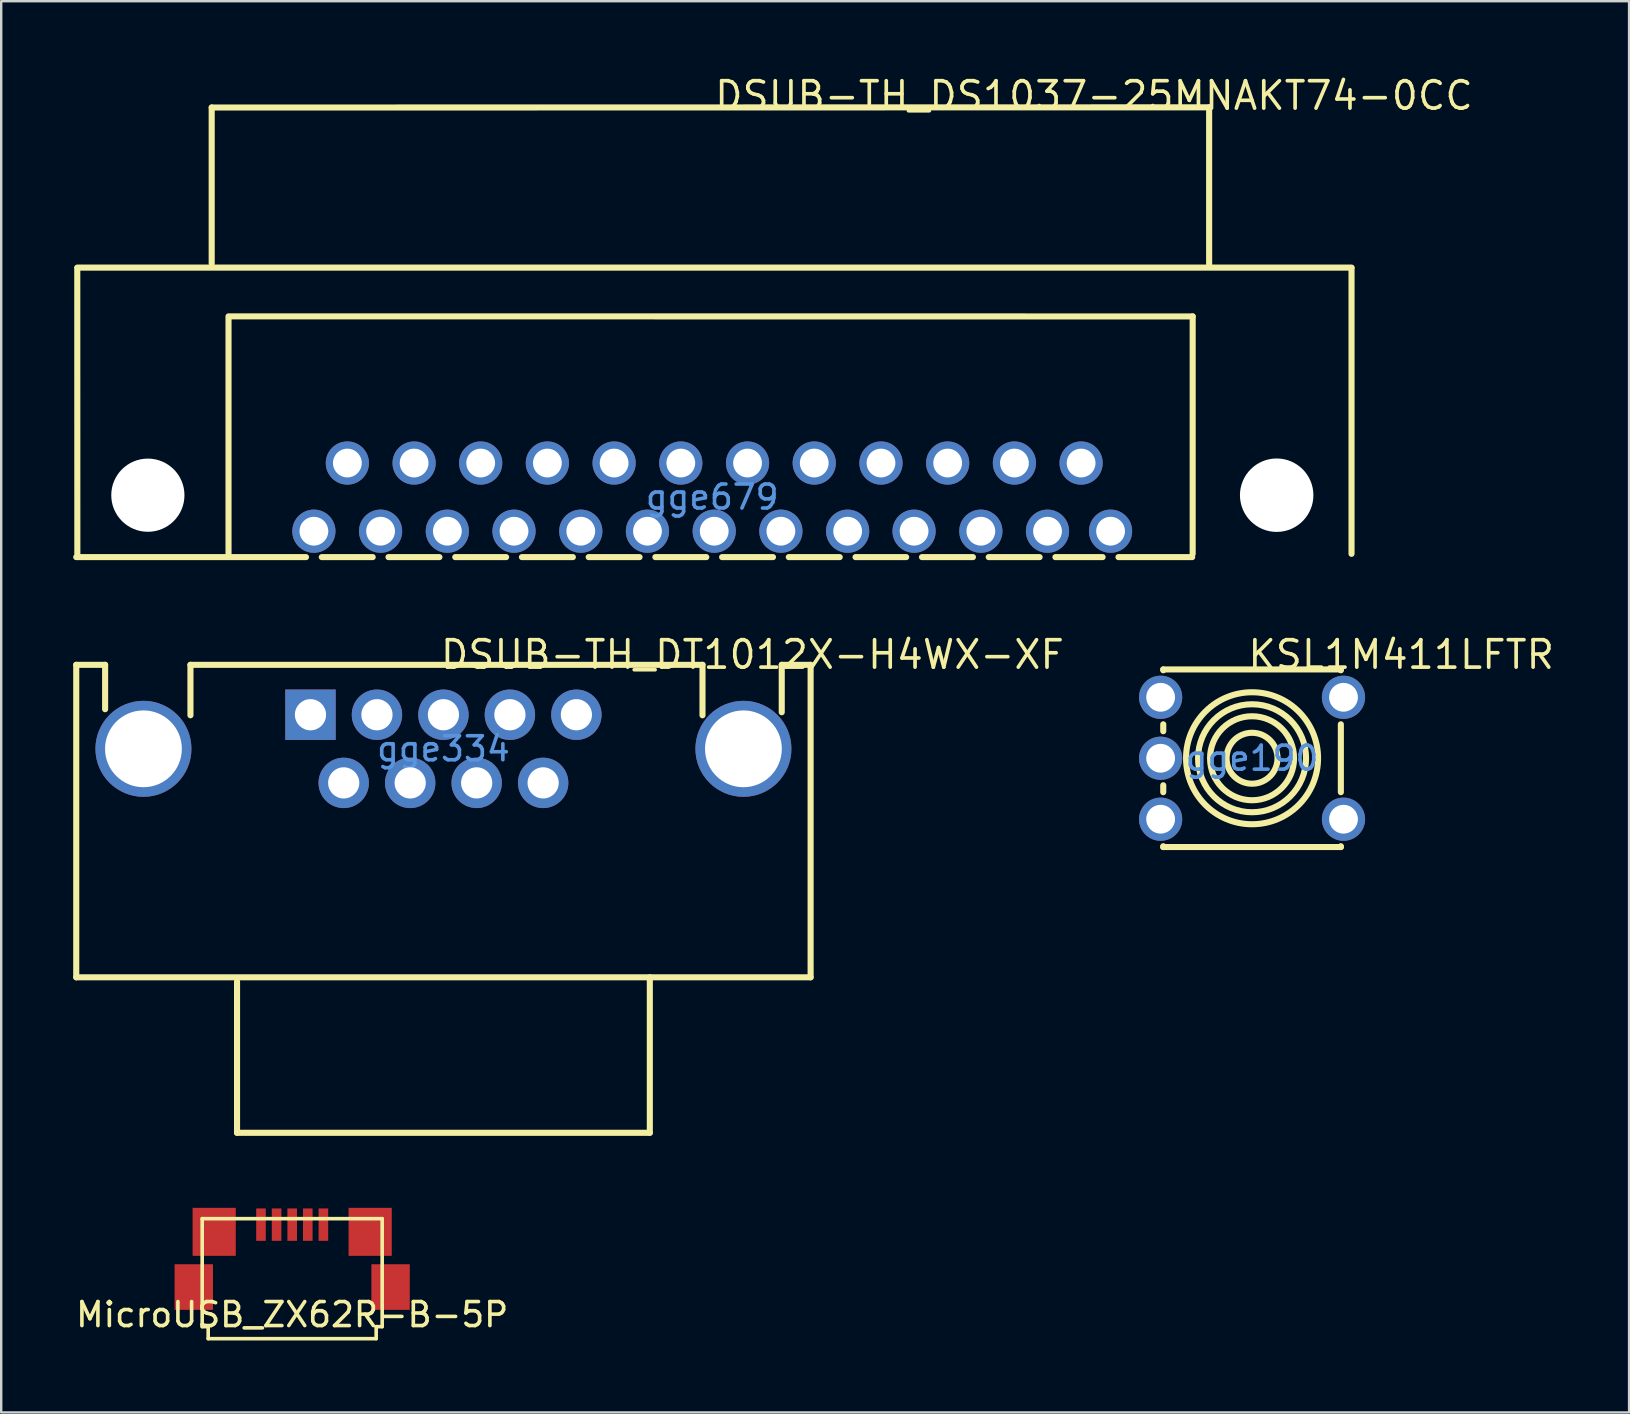
<source format=kicad_pcb>
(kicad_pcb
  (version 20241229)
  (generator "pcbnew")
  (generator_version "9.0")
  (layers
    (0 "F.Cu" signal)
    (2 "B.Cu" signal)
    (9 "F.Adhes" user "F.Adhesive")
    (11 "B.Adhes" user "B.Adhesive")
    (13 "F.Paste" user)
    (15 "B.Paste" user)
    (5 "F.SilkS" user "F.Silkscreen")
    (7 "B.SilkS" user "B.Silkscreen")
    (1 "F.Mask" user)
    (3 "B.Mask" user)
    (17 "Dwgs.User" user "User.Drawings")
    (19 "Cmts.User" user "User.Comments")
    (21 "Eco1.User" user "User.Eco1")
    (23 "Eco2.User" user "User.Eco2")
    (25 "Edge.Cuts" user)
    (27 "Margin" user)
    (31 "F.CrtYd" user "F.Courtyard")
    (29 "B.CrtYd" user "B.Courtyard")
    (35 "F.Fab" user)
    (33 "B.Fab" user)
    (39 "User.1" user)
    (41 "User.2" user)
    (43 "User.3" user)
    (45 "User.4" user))
  (footprint "DSUB-TH_DT1012X-H4WX-XF"
    (layer "F.Cu")
    (at 15.427 28.152)
    (property "Reference" "DSUB-TH_DT1012X-H4WX-XF" (at -0.206 -3.925 0) (layer "F.SilkS") (effects (font (size 1.143 1.143) (thickness 0.152)) (justify left)))
    (attr through_hole)
    (fp_line (start -15.3 -3.5) (end -14.097 -3.5) (stroke (width 0.254) (type solid)) (layer "F.SilkS"))
    (fp_line (start -15.3 9.52) (end -15.3 -3.5) (stroke (width 0.254) (type solid)) (layer "F.SilkS"))
    (fp_line (start -14.097 -3.5) (end -14.097 -1.651) (stroke (width 0.254) (type solid)) (layer "F.SilkS"))
    (fp_line (start -10.541 -3.5) (end 10.795 -3.5) (stroke (width 0.254) (type solid)) (layer "F.SilkS"))
    (fp_line (start -10.541 -1.397) (end -10.541 -3.5) (stroke (width 0.254) (type solid)) (layer "F.SilkS"))
    (fp_line (start -8.6 16) (end -8.6 9.695) (stroke (width 0.254) (type solid)) (layer "F.SilkS"))
    (fp_line (start 8.6 16) (end -8.6 16) (stroke (width 0.254) (type solid)) (layer "F.SilkS"))
    (fp_line (start 8.6 16) (end 8.6 9.52) (stroke (width 0.254) (type solid)) (layer "F.SilkS"))
    (fp_line (start 10.795 -3.5) (end 10.795 -1.397) (stroke (width 0.254) (type solid)) (layer "F.SilkS"))
    (fp_line (start 14.097 -3.5) (end 14.097 -1.524) (stroke (width 0.254) (type solid)) (layer "F.SilkS"))
    (fp_line (start 15.3 -3.5) (end 14.097 -3.5) (stroke (width 0.254) (type solid)) (layer "F.SilkS"))
    (fp_line (start 15.3 9.52) (end -15.3 9.52) (stroke (width 0.254) (type solid)) (layer "F.SilkS"))
    (fp_line (start 15.3 9.52) (end 15.3 -3.5) (stroke (width 0.254) (type solid)) (layer "F.SilkS"))
    (fp_text user "gge334" (at 0 0 0) (layer "Cmts.User") (effects (font (size 1 1) (thickness 0.15))))
    (pad "1" thru_hole rect (at -5.54 -1.42 180) (size 2.1 2.1) (drill 1.3) (layers "*.Cu" "*.Paste" "*.Mask"))
    (pad "2" thru_hole circle (at -2.77 -1.42 180) (size 2.1 2.1) (drill 1.3) (layers "*.Cu" "*.Paste" "*.Mask"))
    (pad "3" thru_hole circle (at 0 -1.42 180) (size 2.1 2.1) (drill 1.3) (layers "*.Cu" "*.Paste" "*.Mask"))
    (pad "4" thru_hole circle (at 2.77 -1.42 180) (size 2.1 2.1) (drill 1.3) (layers "*.Cu" "*.Paste" "*.Mask"))
    (pad "5" thru_hole circle (at 5.54 -1.42 180) (size 2.1 2.1) (drill 1.3) (layers "*.Cu" "*.Paste" "*.Mask"))
    (pad "6" thru_hole circle (at -4.155 1.42 180) (size 2.1 2.1) (drill 1.3) (layers "*.Cu" "*.Paste" "*.Mask"))
    (pad "7" thru_hole circle (at -1.385 1.42 180) (size 2.1 2.1) (drill 1.3) (layers "*.Cu" "*.Paste" "*.Mask"))
    (pad "8" thru_hole circle (at 1.385 1.42 180) (size 2.1 2.1) (drill 1.3) (layers "*.Cu" "*.Paste" "*.Mask"))
    (pad "9" thru_hole circle (at 4.155 1.42 180) (size 2.1 2.1) (drill 1.3) (layers "*.Cu" "*.Paste" "*.Mask"))
    (pad "10" thru_hole circle (at 12.5 0) (size 4 4) (drill 3.2) (layers "*.Cu" "*.Paste" "*.Mask"))
    (pad "11" thru_hole circle (at -12.5 0) (size 4 4) (drill 3.2) (layers "*.Cu" "*.Paste" "*.Mask")))
  (footprint "MicroUSB_ZX62R-B-5P"
    (layer "F.Cu")
    (at 9.125 47.979)
    (property "Reference" "MicroUSB_ZX62R-B-5P" (at 0 3.75 0) (layer "F.SilkS") (effects (font (size 1 1) (thickness 0.15))))
    (attr through_hole)
    (fp_line (start -3.75 -0.25) (end 3.75 -0.25) (stroke (width 0.15) (type solid)) (layer "F.SilkS"))
    (fp_line (start -3.75 4.25) (end -3.75 -0.25) (stroke (width 0.15) (type solid)) (layer "F.SilkS"))
    (fp_line (start -3.5 4.25) (end -3.75 4.25) (stroke (width 0.15) (type solid)) (layer "F.SilkS"))
    (fp_line (start -3.5 4.75) (end -3.5 4.25) (stroke (width 0.15) (type solid)) (layer "F.SilkS"))
    (fp_line (start 3.5 4.25) (end 3.5 4.75) (stroke (width 0.15) (type solid)) (layer "F.SilkS"))
    (fp_line (start 3.5 4.75) (end -3.5 4.75) (stroke (width 0.15) (type solid)) (layer "F.SilkS"))
    (fp_line (start 3.75 -0.25) (end 3.75 4.25) (stroke (width 0.15) (type solid)) (layer "F.SilkS"))
    (fp_line (start 3.75 4.25) (end 3.5 4.25) (stroke (width 0.15) (type solid)) (layer "F.SilkS"))
    (pad "" smd rect (at -4.1 2.6) (size 1.6 1.9) (layers "F.Cu" "F.Mask" "F.Paste"))
    (pad "" smd rect (at -3.25 0.3) (size 1.8 2) (layers "F.Cu" "F.Mask" "F.Paste"))
    (pad "" smd rect (at 3.25 0.3) (size 1.8 2) (layers "F.Cu" "F.Mask" "F.Paste"))
    (pad "" smd rect (at 4.1 2.6) (size 1.6 1.9) (layers "F.Cu" "F.Mask" "F.Paste"))
    (pad "1" smd rect (at 1.3 0) (size 0.4 1.35) (layers "F.Cu" "F.Mask" "F.Paste"))
    (pad "2" smd rect (at 0.65 0) (size 0.4 1.35) (layers "F.Cu" "F.Mask" "F.Paste"))
    (pad "3" smd rect (at 0 0) (size 0.4 1.35) (layers "F.Cu" "F.Mask" "F.Paste"))
    (pad "4" smd rect (at -0.65 0) (size 0.4 1.35) (layers "F.Cu" "F.Mask" "F.Paste"))
    (pad "5" smd rect (at -1.3 0) (size 0.4 1.35) (layers "F.Cu" "F.Mask" "F.Paste")))
  (footprint "KSL1M411LFTR"
    (layer "F.Cu")
    (at 49.121 28.545)
    (property "Reference" "KSL1M411LFTR" (at -0.254 -4.318 0) (layer "F.SilkS") (effects (font (size 1.143 1.143) (thickness 0.152)) (justify left)))
    (attr through_hole)
    (fp_line (start -3.7 -3.7) (end -3.7 -3.666) (stroke (width 0.254) (type solid)) (layer "F.SilkS"))
    (fp_line (start -3.7 -3.7) (end 3.7 -3.7) (stroke (width 0.254) (type solid)) (layer "F.SilkS"))
    (fp_line (start -3.7 -1.414) (end -3.7 -1.126) (stroke (width 0.254) (type solid)) (layer "F.SilkS"))
    (fp_line (start -3.7 1.126) (end -3.7 1.414) (stroke (width 0.254) (type solid)) (layer "F.SilkS"))
    (fp_line (start -3.7 3.666) (end -3.7 3.7) (stroke (width 0.254) (type solid)) (layer "F.SilkS"))
    (fp_line (start 3.7 -3.7) (end 3.7 -3.666) (stroke (width 0.254) (type solid)) (layer "F.SilkS"))
    (fp_line (start 3.7 -1.414) (end 3.7 1.414) (stroke (width 0.254) (type solid)) (layer "F.SilkS"))
    (fp_line (start 3.7 3.666) (end 3.7 3.7) (stroke (width 0.254) (type solid)) (layer "F.SilkS"))
    (fp_line (start 3.7 3.7) (end -3.7 3.7) (stroke (width 0.254) (type solid)) (layer "F.SilkS"))
    (fp_circle (center 0 0) (end 1.061 0) (stroke (width 0.254) (type solid)) (fill no) (layer "F.SilkS"))
    (fp_circle (center 0 0) (end 1.75 0) (stroke (width 0.254) (type solid)) (fill no) (layer "F.SilkS"))
    (fp_circle (center 0 0) (end 2.25 0) (stroke (width 0.254) (type solid)) (fill no) (layer "F.SilkS"))
    (fp_circle (center 0 0) (end 2.75 0) (stroke (width 0.254) (type solid)) (fill no) (layer "F.SilkS"))
    (fp_text user "gge190" (at 0 0 0) (layer "Cmts.User") (effects (font (size 1 1) (thickness 0.15))))
    (pad "1" thru_hole circle (at -3.81 -2.54) (size 1.8 1.8) (drill 1.2) (layers "*.Cu" "*.Paste" "*.Mask"))
    (pad "1" thru_hole circle (at 3.81 -2.54) (size 1.8 1.8) (drill 1.2) (layers "*.Cu" "*.Paste" "*.Mask"))
    (pad "2" thru_hole circle (at -3.81 2.54) (size 1.8 1.8) (drill 1.2) (layers "*.Cu" "*.Paste" "*.Mask"))
    (pad "2" thru_hole circle (at 3.81 2.54) (size 1.8 1.8) (drill 1.2) (layers "*.Cu" "*.Paste" "*.Mask"))
    (pad "SH" thru_hole circle (at -3.81 0) (size 1.8 1.8) (drill 1.2) (layers "*.Cu" "*.Paste" "*.Mask")))
  (footprint "DSUB-TH_DS1037-25MNAKT74-0CC"
    (layer "F.Cu")
    (at 26.627 17.664)
    (property "Reference" "DSUB-TH_DS1037-25MNAKT74-0CC" (at 0.022 -16.729 0) (layer "F.SilkS") (effects (font (size 1.143 1.143) (thickness 0.152)) (justify left)))
    (attr through_hole)
    (fp_line (start -26.5 2.5) (end -16.927 2.5) (stroke (width 0.254) (type solid)) (layer "F.SilkS"))
    (fp_line (start -26.457 -9.544) (end -26.454 2.366) (stroke (width 0.254) (type solid)) (layer "F.SilkS"))
    (fp_line (start -26.454 -9.564) (end 26.639 -9.564) (stroke (width 0.254) (type solid)) (layer "F.SilkS"))
    (fp_line (start -20.856 -16.234) (end -20.856 -9.734) (stroke (width 0.254) (type solid)) (layer "F.SilkS"))
    (fp_line (start -20.856 -16.234) (end 20.706 -16.242) (stroke (width 0.254) (type solid)) (layer "F.SilkS"))
    (fp_line (start -20.155 -7.532) (end -20.155 2.377) (stroke (width 0.254) (type solid)) (layer "F.SilkS"))
    (fp_line (start -20.056 -7.532) (end 20.02 -7.529) (stroke (width 0.254) (type solid)) (layer "F.SilkS"))
    (fp_line (start -16.268 2.5) (end -14.148 2.5) (stroke (width 0.254) (type solid)) (layer "F.SilkS"))
    (fp_line (start -13.489 2.5) (end -11.367 2.5) (stroke (width 0.254) (type solid)) (layer "F.SilkS"))
    (fp_line (start -10.708 2.5) (end -8.588 2.5) (stroke (width 0.254) (type solid)) (layer "F.SilkS"))
    (fp_line (start -7.929 2.5) (end -5.807 2.5) (stroke (width 0.254) (type solid)) (layer "F.SilkS"))
    (fp_line (start -5.148 2.5) (end -3.028 2.5) (stroke (width 0.254) (type solid)) (layer "F.SilkS"))
    (fp_line (start -2.369 2.5) (end -0.247 2.5) (stroke (width 0.254) (type solid)) (layer "F.SilkS"))
    (fp_line (start 0.412 2.5) (end 2.532 2.5) (stroke (width 0.254) (type solid)) (layer "F.SilkS"))
    (fp_line (start 3.191 2.5) (end 5.313 2.5) (stroke (width 0.254) (type solid)) (layer "F.SilkS"))
    (fp_line (start 5.972 2.5) (end 8.082 2.5) (stroke (width 0.254) (type solid)) (layer "F.SilkS"))
    (fp_line (start 8.741 2.5) (end 10.863 2.5) (stroke (width 0.254) (type solid)) (layer "F.SilkS"))
    (fp_line (start 11.522 2.5) (end 13.642 2.5) (stroke (width 0.254) (type solid)) (layer "F.SilkS"))
    (fp_line (start 14.301 2.5) (end 16.267 2.5) (stroke (width 0.254) (type solid)) (layer "F.SilkS"))
    (fp_line (start 16.928 2.5) (end 20 2.5) (stroke (width 0.254) (type solid)) (layer "F.SilkS"))
    (fp_line (start 20.02 -7.529) (end 20.02 2.369) (stroke (width 0.254) (type solid)) (layer "F.SilkS"))
    (fp_line (start 20.706 -16.242) (end 20.706 -9.638) (stroke (width 0.254) (type solid)) (layer "F.SilkS"))
    (fp_line (start 26.639 -9.546) (end 26.639 2.364) (stroke (width 0.254) (type solid)) (layer "F.SilkS"))
    (fp_text user "gge679" (at 0 0 0) (layer "Cmts.User") (effects (font (size 1 1) (thickness 0.15))))
    (pad "" np_thru_hole circle (at -23.516 -0.08) (size 3.05 3.05) (drill 3.05) (layers "*.Cu" "*.Mask"))
    (pad "" np_thru_hole circle (at 23.52 -0.08) (size 3.06 3.06) (drill 3.06) (layers "*.Cu" "*.Mask"))
    (pad "1" thru_hole circle (at 16.598 1.42) (size 1.8 1.8) (drill 1.2) (layers "*.Cu" "*.Paste" "*.Mask"))
    (pad "2" thru_hole circle (at 13.971 1.42) (size 1.8 1.8) (drill 1.2) (layers "*.Cu" "*.Paste" "*.Mask"))
    (pad "3" thru_hole circle (at 11.193 1.42) (size 1.8 1.8) (drill 1.2) (layers "*.Cu" "*.Paste" "*.Mask"))
    (pad "4" thru_hole circle (at 8.411 1.42) (size 1.8 1.8) (drill 1.2) (layers "*.Cu" "*.Paste" "*.Mask"))
    (pad "5" thru_hole circle (at 5.643 1.42) (size 1.8 1.8) (drill 1.2) (layers "*.Cu" "*.Paste" "*.Mask"))
    (pad "6" thru_hole circle (at 2.861 1.42) (size 1.8 1.8) (drill 1.2) (layers "*.Cu" "*.Paste" "*.Mask"))
    (pad "7" thru_hole circle (at 0.083 1.42) (size 1.8 1.8) (drill 1.2) (layers "*.Cu" "*.Paste" "*.Mask"))
    (pad "8" thru_hole circle (at -2.699 1.42) (size 1.8 1.8) (drill 1.2) (layers "*.Cu" "*.Paste" "*.Mask"))
    (pad "9" thru_hole circle (at -5.477 1.42) (size 1.8 1.8) (drill 1.2) (layers "*.Cu" "*.Paste" "*.Mask"))
    (pad "10" thru_hole circle (at -8.259 1.42) (size 1.8 1.8) (drill 1.2) (layers "*.Cu" "*.Paste" "*.Mask"))
    (pad "11" thru_hole circle (at -11.037 1.42) (size 1.8 1.8) (drill 1.2) (layers "*.Cu" "*.Paste" "*.Mask"))
    (pad "12" thru_hole circle (at -13.819 1.42) (size 1.8 1.8) (drill 1.2) (layers "*.Cu" "*.Paste" "*.Mask"))
    (pad "13" thru_hole circle (at -16.598 1.42) (size 1.8 1.8) (drill 1.2) (layers "*.Cu" "*.Paste" "*.Mask"))
    (pad "14" thru_hole circle (at 15.371 -1.42) (size 1.8 1.8) (drill 1.2) (layers "*.Cu" "*.Paste" "*.Mask"))
    (pad "15" thru_hole circle (at 12.592 -1.42) (size 1.8 1.8) (drill 1.2) (layers "*.Cu" "*.Paste" "*.Mask"))
    (pad "16" thru_hole circle (at 9.811 -1.42) (size 1.8 1.8) (drill 1.2) (layers "*.Cu" "*.Paste" "*.Mask"))
    (pad "17" thru_hole circle (at 7.032 -1.42) (size 1.8 1.8) (drill 1.2) (layers "*.Cu" "*.Paste" "*.Mask"))
    (pad "18" thru_hole circle (at 4.251 -1.42) (size 1.8 1.8) (drill 1.2) (layers "*.Cu" "*.Paste" "*.Mask"))
    (pad "19" thru_hole circle (at 1.472 -1.42) (size 1.8 1.8) (drill 1.2) (layers "*.Cu" "*.Paste" "*.Mask"))
    (pad "20" thru_hole circle (at -1.309 -1.42) (size 1.8 1.8) (drill 1.2) (layers "*.Cu" "*.Paste" "*.Mask"))
    (pad "21" thru_hole circle (at -4.088 -1.42) (size 1.8 1.8) (drill 1.2) (layers "*.Cu" "*.Paste" "*.Mask"))
    (pad "22" thru_hole circle (at -6.869 -1.42) (size 1.8 1.8) (drill 1.2) (layers "*.Cu" "*.Paste" "*.Mask"))
    (pad "23" thru_hole circle (at -9.648 -1.42) (size 1.8 1.8) (drill 1.2) (layers "*.Cu" "*.Paste" "*.Mask"))
    (pad "24" thru_hole circle (at -12.422 -1.42) (size 1.8 1.8) (drill 1.2) (layers "*.Cu" "*.Paste" "*.Mask"))
    (pad "25" thru_hole circle (at -15.203 -1.42) (size 1.8 1.8) (drill 1.2) (layers "*.Cu" "*.Paste" "*.Mask")))
  (gr_rect
    (start -3 -3)
    (end 64.831 55.804)
    (stroke (width 0.1) (type default))
    (fill no)
    (layer "Edge.Cuts")))
</source>
